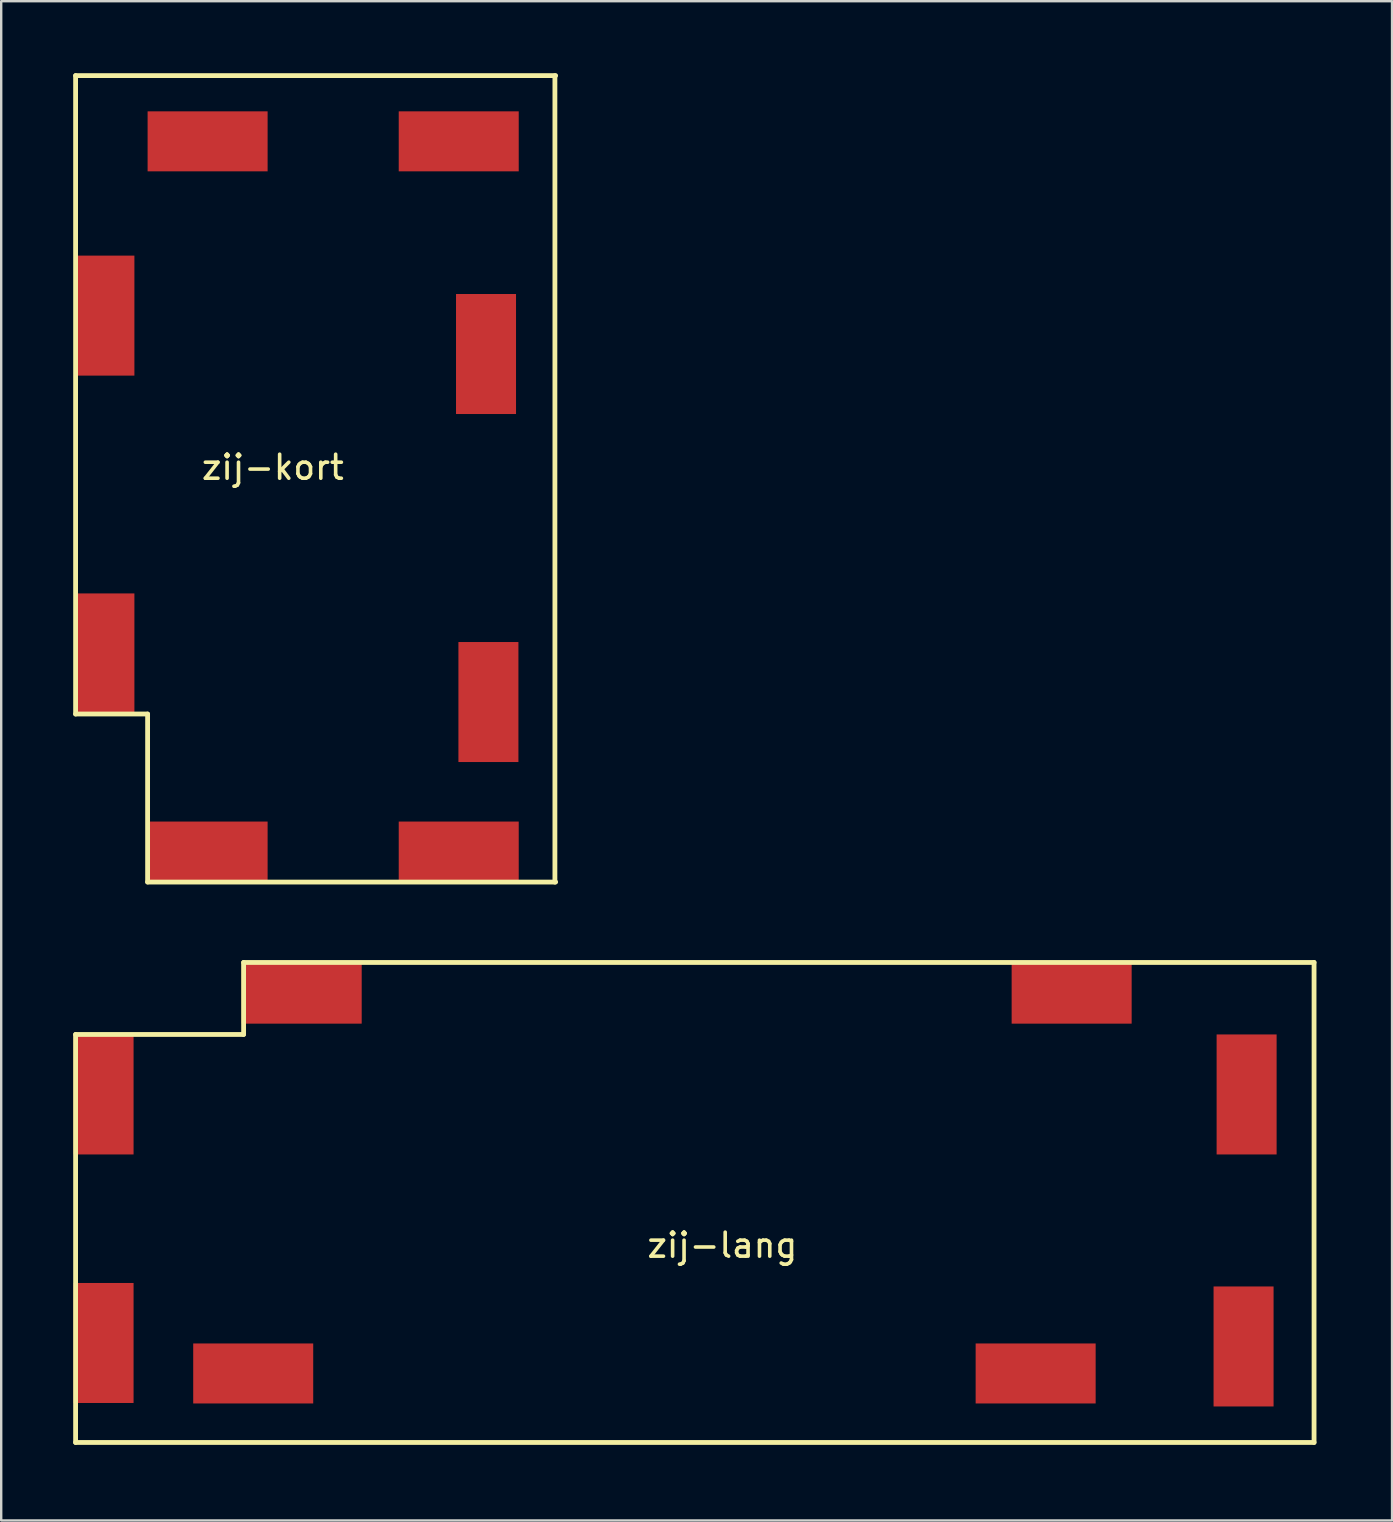
<source format=kicad_pcb>
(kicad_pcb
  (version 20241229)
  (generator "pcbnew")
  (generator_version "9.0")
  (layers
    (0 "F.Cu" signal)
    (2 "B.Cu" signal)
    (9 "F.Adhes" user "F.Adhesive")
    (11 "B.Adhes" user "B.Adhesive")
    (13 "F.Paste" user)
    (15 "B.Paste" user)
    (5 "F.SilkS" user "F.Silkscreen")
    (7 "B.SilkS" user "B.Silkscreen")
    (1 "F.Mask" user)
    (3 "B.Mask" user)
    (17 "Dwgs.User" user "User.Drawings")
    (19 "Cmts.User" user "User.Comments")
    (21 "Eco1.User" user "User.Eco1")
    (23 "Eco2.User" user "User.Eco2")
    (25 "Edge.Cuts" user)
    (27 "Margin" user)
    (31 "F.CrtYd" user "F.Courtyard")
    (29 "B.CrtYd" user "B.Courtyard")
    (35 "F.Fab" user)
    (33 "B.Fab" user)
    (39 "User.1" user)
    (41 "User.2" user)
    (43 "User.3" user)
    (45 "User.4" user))
  (footprint "zij-kort"
    (layer "F.Cu")
    (at 20.1 33.7)
    (property "Reference" "zij-kort" (at -11.784 -17.28 0) (layer "F.SilkS") (effects (font (size 1 1) (thickness 0.15))))
    (attr through_hole)
    (fp_line (start -20 -33.6) (end 0 -33.6) (stroke (width 0.2) (type solid)) (layer "F.SilkS"))
    (fp_line (start -20 -7) (end -20 -33.6) (stroke (width 0.2) (type solid)) (layer "F.SilkS"))
    (fp_line (start -17 -7) (end -20 -7) (stroke (width 0.2) (type solid)) (layer "F.SilkS"))
    (fp_line (start -17 0) (end -17 -7) (stroke (width 0.2) (type solid)) (layer "F.SilkS"))
    (fp_line (start -0.03 -33.597) (end -0.03 0.003) (stroke (width 0.2) (type solid)) (layer "F.SilkS"))
    (fp_line (start 0 0) (end -17 0) (stroke (width 0.2) (type solid)) (layer "F.SilkS"))
    (pad "1" smd rect (at -14.5 -1.27) (size 5 2.5) (layers "F.Cu" "F.Mask" "F.Paste"))
    (pad "2" smd rect (at -4.037 -1.27) (size 5 2.5) (layers "F.Cu" "F.Mask" "F.Paste"))
    (pad "3" smd rect (at -2.8 -7.5 90) (size 5 2.5) (layers "F.Cu" "F.Mask" "F.Paste"))
    (pad "4" smd rect (at -2.9 -22 90) (size 5 2.5) (layers "F.Cu" "F.Mask" "F.Paste"))
    (pad "5" smd rect (at -4.037 -30.861 180) (size 5 2.5) (layers "F.Cu" "F.Mask" "F.Paste"))
    (pad "6" smd rect (at -14.5 -30.861 180) (size 5 2.5) (layers "F.Cu" "F.Mask" "F.Paste"))
    (pad "7" smd rect (at -18.8 -23.6 270) (size 5 2.5) (layers "F.Cu" "F.Mask" "F.Paste"))
    (pad "8" smd rect (at -18.8 -9.525 270) (size 5 2.5) (layers "F.Cu" "F.Mask" "F.Paste")))
  (footprint "zij-lang"
    (layer "F.Cu")
    (at 51.7 57.05)
    (property "Reference" "zij-lang" (at -24.654 -8.217 0) (layer "F.SilkS") (effects (font (size 1 1) (thickness 0.15))))
    (attr through_hole)
    (fp_line (start -51.6 -17) (end -51.6 0) (stroke (width 0.2) (type solid)) (layer "F.SilkS"))
    (fp_line (start -51.6 -17) (end -44.6 -17) (stroke (width 0.2) (type solid)) (layer "F.SilkS"))
    (fp_line (start -51.6 0) (end 0 0) (stroke (width 0.2) (type solid)) (layer "F.SilkS"))
    (fp_line (start -44.6 -17) (end -44.6 -20) (stroke (width 0.2) (type solid)) (layer "F.SilkS"))
    (fp_line (start 0 -20) (end -44.6 -20) (stroke (width 0.2) (type solid)) (layer "F.SilkS"))
    (fp_line (start 0 0) (end 0 -20) (stroke (width 0.2) (type solid)) (layer "F.SilkS"))
    (pad "1" smd rect (at -42.18 -18.7) (size 5 2.5) (layers "F.Cu" "F.Mask" "F.Paste"))
    (pad "2" smd rect (at -10.1 -18.7) (size 5 2.5) (layers "F.Cu" "F.Mask" "F.Paste"))
    (pad "3" smd rect (at -2.81 -14.5 90) (size 5 2.5) (layers "F.Cu" "F.Mask" "F.Paste"))
    (pad "4" smd rect (at -2.937 -4 90) (size 5 2.5) (layers "F.Cu" "F.Mask" "F.Paste"))
    (pad "5" smd rect (at -11.6 -2.875 180) (size 5 2.5) (layers "F.Cu" "F.Mask" "F.Paste"))
    (pad "6" smd rect (at -44.2 -2.875) (size 5 2.5) (layers "F.Cu" "F.Mask" "F.Paste"))
    (pad "7" smd rect (at -50.435 -4.145 270) (size 5 2.5) (layers "F.Cu" "F.Mask" "F.Paste"))
    (pad "8" smd rect (at -50.435 -14.5 270) (size 5 2.5) (layers "F.Cu" "F.Mask" "F.Paste")))
  (gr_rect
    (start -3 -3)
    (end 54.95 60.3)
    (stroke (width 0.1) (type default))
    (fill no)
    (layer "Edge.Cuts")))
</source>
